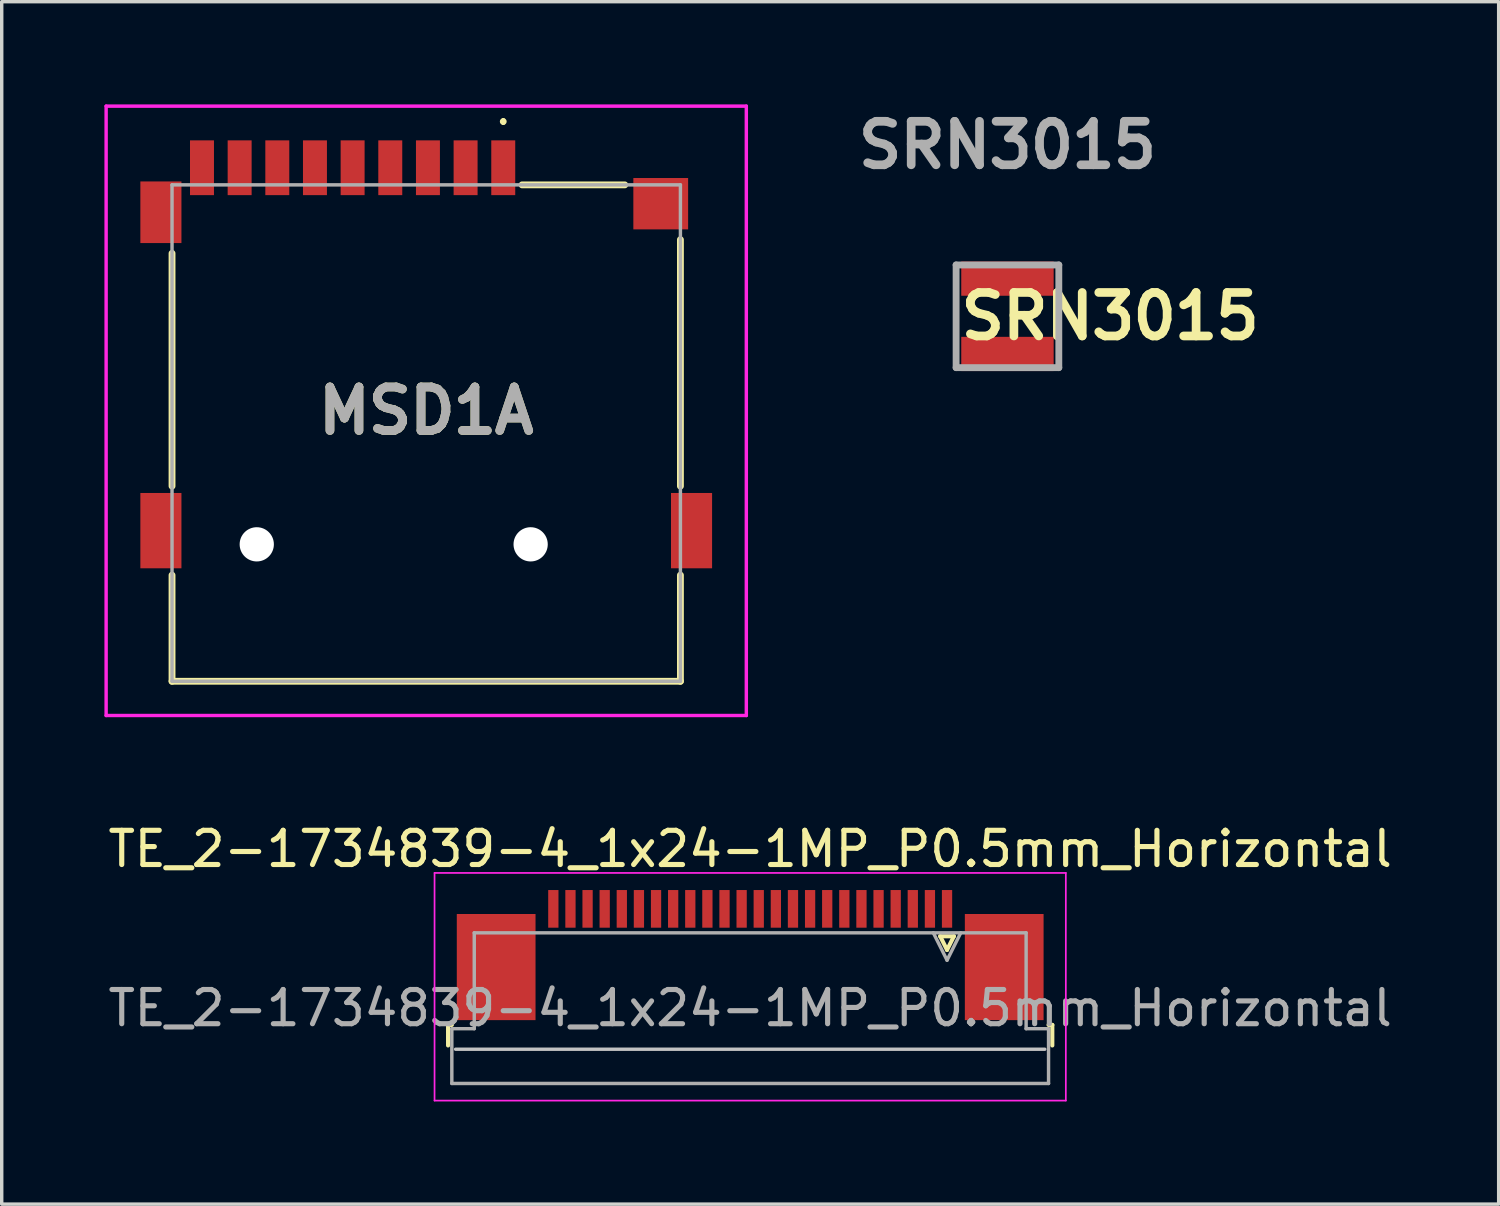
<source format=kicad_pcb>
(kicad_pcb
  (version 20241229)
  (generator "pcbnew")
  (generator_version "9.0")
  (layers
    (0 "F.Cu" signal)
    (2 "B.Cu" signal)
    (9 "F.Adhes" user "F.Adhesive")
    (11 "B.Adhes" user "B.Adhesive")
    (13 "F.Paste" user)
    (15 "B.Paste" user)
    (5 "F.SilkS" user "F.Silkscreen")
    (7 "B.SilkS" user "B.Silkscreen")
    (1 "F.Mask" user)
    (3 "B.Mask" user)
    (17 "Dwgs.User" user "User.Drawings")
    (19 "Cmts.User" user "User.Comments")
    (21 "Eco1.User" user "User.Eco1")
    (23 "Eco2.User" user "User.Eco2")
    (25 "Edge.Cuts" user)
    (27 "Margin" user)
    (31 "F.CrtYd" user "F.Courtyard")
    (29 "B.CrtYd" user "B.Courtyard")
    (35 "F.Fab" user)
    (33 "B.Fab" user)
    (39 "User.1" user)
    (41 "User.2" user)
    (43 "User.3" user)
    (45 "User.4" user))
  (footprint "SRN3015"
    (layer "F.Cu")
    (at 26.378 6.189)
    (property "Reference" "SRN3015" (at 3 0 0) (layer "F.SilkS") (effects (font (size 1.27 1.27) (thickness 0.254))))
    (attr smd)
    (fp_line (start -1.5 -1.5) (end -1.5 1.5) (stroke (width 0.1) (type solid)) (layer "F.SilkS"))
    (fp_line (start 1.5 -1.5) (end 1.5 1.5) (stroke (width 0.1) (type solid)) (layer "F.SilkS"))
    (fp_line (start -1.5 -1.5) (end -1.5 1.5) (stroke (width 0.2) (type solid)) (layer "F.Fab"))
    (fp_line (start -1.5 1.5) (end 1.5 1.5) (stroke (width 0.2) (type solid)) (layer "F.Fab"))
    (fp_line (start 1.5 -1.5) (end -1.5 -1.5) (stroke (width 0.2) (type solid)) (layer "F.Fab"))
    (fp_line (start 1.5 1.5) (end 1.5 -1.5) (stroke (width 0.2) (type solid)) (layer "F.Fab"))
    (fp_text user "${REFERENCE}" (at 0 -5 0) (layer "F.Fab") (effects (font (size 1.27 1.27) (thickness 0.254))))
    (pad "1" smd rect (at 0 1.1 90) (size 1 2.7) (layers "F.Cu" "F.Mask" "F.Paste"))
    (pad "2" smd rect (at 0 -1.1 90) (size 1 2.7) (layers "F.Cu" "F.Mask" "F.Paste")))
  (footprint "TE_2-1734839-4_1x24-1MP_P0.5mm_Horizontal"
    (layer "F.Cu")
    (at 18.863 24.848)
    (property "Reference" "TE_2-1734839-4_1x24-1MP_P0.5mm_Horizontal" (at 0 -3.1 0) (layer "F.SilkS") (effects (font (size 1 1) (thickness 0.15))))
    (attr smd)
    (fp_line (start -8.825 2.04) (end -8.825 2.64) (stroke (width 0.12) (type solid)) (layer "F.SilkS"))
    (fp_line (start -8.715 2.04) (end -8.825 2.04) (stroke (width 0.12) (type solid)) (layer "F.SilkS"))
    (fp_line (start 5.55 -0.55) (end 5.75 -0.15) (stroke (width 0.12) (type solid)) (layer "F.SilkS"))
    (fp_line (start 5.75 -0.15) (end 5.95 -0.55) (stroke (width 0.12) (type solid)) (layer "F.SilkS"))
    (fp_line (start 5.95 -0.55) (end 5.55 -0.55) (stroke (width 0.12) (type solid)) (layer "F.SilkS"))
    (fp_line (start 8.715 2.04) (end 8.825 2.04) (stroke (width 0.12) (type solid)) (layer "F.SilkS"))
    (fp_line (start 8.825 2.04) (end 8.825 2.64) (stroke (width 0.12) (type solid)) (layer "F.SilkS"))
    (fp_line (start 8.605 2.75) (end -8.605 2.75) (stroke (width 0.1) (type solid)) (layer "Dwgs.User"))
    (fp_line (start -9.22 -2.4) (end -9.22 4.25) (stroke (width 0.05) (type solid)) (layer "F.CrtYd"))
    (fp_line (start -9.22 4.25) (end 9.22 4.25) (stroke (width 0.05) (type solid)) (layer "F.CrtYd"))
    (fp_line (start 9.22 -2.4) (end -9.22 -2.4) (stroke (width 0.05) (type solid)) (layer "F.CrtYd"))
    (fp_line (start 9.22 4.25) (end 9.22 -2.4) (stroke (width 0.05) (type solid)) (layer "F.CrtYd"))
    (fp_line (start -8.715 2.15) (end -8.06 2.15) (stroke (width 0.1) (type solid)) (layer "F.Fab"))
    (fp_line (start -8.715 3.75) (end -8.715 2.15) (stroke (width 0.1) (type solid)) (layer "F.Fab"))
    (fp_line (start -8.06 -0.65) (end 8.06 -0.65) (stroke (width 0.1) (type solid)) (layer "F.Fab"))
    (fp_line (start -8.06 2.15) (end -8.06 -0.65) (stroke (width 0.1) (type solid)) (layer "F.Fab"))
    (fp_line (start 5.35 -0.65) (end 5.75 0.15) (stroke (width 0.1) (type solid)) (layer "F.Fab"))
    (fp_line (start 5.75 0.15) (end 6.15 -0.65) (stroke (width 0.1) (type solid)) (layer "F.Fab"))
    (fp_line (start 8.06 -0.65) (end 8.06 2.15) (stroke (width 0.1) (type solid)) (layer "F.Fab"))
    (fp_line (start 8.06 2.15) (end 8.715 2.15) (stroke (width 0.1) (type solid)) (layer "F.Fab"))
    (fp_line (start 8.715 2.15) (end 8.715 3.75) (stroke (width 0.1) (type solid)) (layer "F.Fab"))
    (fp_line (start 8.715 3.75) (end -8.715 3.75) (stroke (width 0.1) (type solid)) (layer "F.Fab"))
    (fp_text user "${REFERENCE}" (at 0 1.55 0) (layer "F.Fab") (effects (font (size 1 1) (thickness 0.15))))
    (pad "1" smd rect (at 5.75 -1.35) (size 0.3 1.1) (layers "F.Cu" "F.Mask" "F.Paste"))
    (pad "2" smd rect (at 5.25 -1.35) (size 0.3 1.1) (layers "F.Cu" "F.Mask" "F.Paste"))
    (pad "3" smd rect (at 4.75 -1.35) (size 0.3 1.1) (layers "F.Cu" "F.Mask" "F.Paste"))
    (pad "4" smd rect (at 4.25 -1.35) (size 0.3 1.1) (layers "F.Cu" "F.Mask" "F.Paste"))
    (pad "5" smd rect (at 3.75 -1.35) (size 0.3 1.1) (layers "F.Cu" "F.Mask" "F.Paste"))
    (pad "6" smd rect (at 3.25 -1.35) (size 0.3 1.1) (layers "F.Cu" "F.Mask" "F.Paste"))
    (pad "7" smd rect (at 2.75 -1.35) (size 0.3 1.1) (layers "F.Cu" "F.Mask" "F.Paste"))
    (pad "8" smd rect (at 2.25 -1.35) (size 0.3 1.1) (layers "F.Cu" "F.Mask" "F.Paste"))
    (pad "9" smd rect (at 1.75 -1.35) (size 0.3 1.1) (layers "F.Cu" "F.Mask" "F.Paste"))
    (pad "10" smd rect (at 1.25 -1.35) (size 0.3 1.1) (layers "F.Cu" "F.Mask" "F.Paste"))
    (pad "11" smd rect (at 0.75 -1.35) (size 0.3 1.1) (layers "F.Cu" "F.Mask" "F.Paste"))
    (pad "12" smd rect (at 0.25 -1.35) (size 0.3 1.1) (layers "F.Cu" "F.Mask" "F.Paste"))
    (pad "13" smd rect (at -0.25 -1.35) (size 0.3 1.1) (layers "F.Cu" "F.Mask" "F.Paste"))
    (pad "14" smd rect (at -0.75 -1.35) (size 0.3 1.1) (layers "F.Cu" "F.Mask" "F.Paste"))
    (pad "15" smd rect (at -1.25 -1.35) (size 0.3 1.1) (layers "F.Cu" "F.Mask" "F.Paste"))
    (pad "16" smd rect (at -1.75 -1.35) (size 0.3 1.1) (layers "F.Cu" "F.Mask" "F.Paste"))
    (pad "17" smd rect (at -2.25 -1.35) (size 0.3 1.1) (layers "F.Cu" "F.Mask" "F.Paste"))
    (pad "18" smd rect (at -2.75 -1.35) (size 0.3 1.1) (layers "F.Cu" "F.Mask" "F.Paste"))
    (pad "19" smd rect (at -3.25 -1.35) (size 0.3 1.1) (layers "F.Cu" "F.Mask" "F.Paste"))
    (pad "20" smd rect (at -3.75 -1.35) (size 0.3 1.1) (layers "F.Cu" "F.Mask" "F.Paste"))
    (pad "21" smd rect (at -4.25 -1.35) (size 0.3 1.1) (layers "F.Cu" "F.Mask" "F.Paste"))
    (pad "22" smd rect (at -4.75 -1.35) (size 0.3 1.1) (layers "F.Cu" "F.Mask" "F.Paste"))
    (pad "23" smd rect (at -5.25 -1.35) (size 0.3 1.1) (layers "F.Cu" "F.Mask" "F.Paste"))
    (pad "24" smd rect (at -5.75 -1.35) (size 0.3 1.1) (layers "F.Cu" "F.Mask" "F.Paste"))
    (pad "MP" smd rect (at -7.42 0.35) (size 2.3 3.1) (layers "F.Cu" "F.Mask" "F.Paste"))
    (pad "MP" smd rect (at 7.42 0.35) (size 2.3 3.1) (layers "F.Cu" "F.Mask" "F.Paste")))
  (footprint "MSD1A"
    (layer "F.Cu")
    (at 9.4 9.35)
    (property "Reference" "MSD1A" (at 0 -0.4 0) (layer "F.SilkS") (effects (font (size 1.27 1.27) (thickness 0.254))))
    (attr through_hole)
    (fp_line (start -7.425 1.8) (end -7.425 -5) (stroke (width 0.2) (type solid)) (layer "F.SilkS"))
    (fp_line (start -7.425 7.5) (end -7.425 4.4) (stroke (width 0.2) (type solid)) (layer "F.SilkS"))
    (fp_line (start 2.25 -8.9) (end 2.25 -8.9) (stroke (width 0.1) (type solid)) (layer "F.SilkS"))
    (fp_line (start 2.25 -8.8) (end 2.25 -8.8) (stroke (width 0.1) (type solid)) (layer "F.SilkS"))
    (fp_line (start 2.8 -7) (end 5.8 -7) (stroke (width 0.2) (type solid)) (layer "F.SilkS"))
    (fp_line (start 7.425 -5.4) (end 7.425 1.8) (stroke (width 0.2) (type solid)) (layer "F.SilkS"))
    (fp_line (start 7.425 4.4) (end 7.425 7.5) (stroke (width 0.2) (type solid)) (layer "F.SilkS"))
    (fp_line (start 7.425 7.5) (end -7.425 7.5) (stroke (width 0.2) (type solid)) (layer "F.SilkS"))
    (fp_arc (start 2.25 -8.9) (mid 2.3 -8.85) (end 2.25 -8.8) (stroke (width 0.1) (type solid)) (layer "F.SilkS"))
    (fp_arc (start 2.25 -8.8) (mid 2.2 -8.85) (end 2.25 -8.9) (stroke (width 0.1) (type solid)) (layer "F.SilkS"))
    (fp_line (start -9.35 -9.3) (end 9.35 -9.3) (stroke (width 0.1) (type solid)) (layer "F.CrtYd"))
    (fp_line (start -9.35 8.5) (end -9.35 -9.3) (stroke (width 0.1) (type solid)) (layer "F.CrtYd"))
    (fp_line (start 9.35 -9.3) (end 9.35 8.5) (stroke (width 0.1) (type solid)) (layer "F.CrtYd"))
    (fp_line (start 9.35 8.5) (end -9.35 8.5) (stroke (width 0.1) (type solid)) (layer "F.CrtYd"))
    (fp_line (start -7.425 -7) (end 7.425 -7) (stroke (width 0.1) (type solid)) (layer "F.Fab"))
    (fp_line (start -7.425 7.5) (end -7.425 -7) (stroke (width 0.1) (type solid)) (layer "F.Fab"))
    (fp_line (start 7.425 -7) (end 7.425 7.5) (stroke (width 0.1) (type solid)) (layer "F.Fab"))
    (fp_line (start 7.425 7.5) (end -7.425 7.5) (stroke (width 0.1) (type solid)) (layer "F.Fab"))
    (fp_text user "${REFERENCE}" (at 0 -0.4 0) (layer "F.Fab") (effects (font (size 1.27 1.27) (thickness 0.254))))
    (pad "" np_thru_hole circle (at -4.95 3.5) (size 1 1) (drill 1) (layers "*.Cu" "*.Mask"))
    (pad "" np_thru_hole circle (at 3.05 3.5) (size 1 1) (drill 1) (layers "*.Cu" "*.Mask"))
    (pad "1" smd rect (at 2.25 -7.5) (size 0.7 1.6) (layers "F.Cu" "F.Mask" "F.Paste"))
    (pad "2" smd rect (at 1.15 -7.5) (size 0.7 1.6) (layers "F.Cu" "F.Mask" "F.Paste"))
    (pad "3" smd rect (at 0.05 -7.5) (size 0.7 1.6) (layers "F.Cu" "F.Mask" "F.Paste"))
    (pad "4" smd rect (at -1.05 -7.5) (size 0.7 1.6) (layers "F.Cu" "F.Mask" "F.Paste"))
    (pad "5" smd rect (at -2.15 -7.5) (size 0.7 1.6) (layers "F.Cu" "F.Mask" "F.Paste"))
    (pad "6" smd rect (at -3.25 -7.5) (size 0.7 1.6) (layers "F.Cu" "F.Mask" "F.Paste"))
    (pad "7" smd rect (at -4.35 -7.5) (size 0.7 1.6) (layers "F.Cu" "F.Mask" "F.Paste"))
    (pad "8" smd rect (at -5.45 -7.5) (size 0.7 1.6) (layers "F.Cu" "F.Mask" "F.Paste"))
    (pad "9" smd rect (at -7.75 -6.2) (size 1.2 1.8) (layers "F.Cu" "F.Mask" "F.Paste"))
    (pad "9" smd rect (at -7.75 3.1) (size 1.2 2.2) (layers "F.Cu" "F.Mask" "F.Paste"))
    (pad "9" smd rect (at -6.55 -7.5) (size 0.7 1.6) (layers "F.Cu" "F.Mask" "F.Paste"))
    (pad "9" smd rect (at 6.85 -6.45 90) (size 1.5 1.6) (layers "F.Cu" "F.Mask" "F.Paste"))
    (pad "9" smd rect (at 7.75 3.1) (size 1.2 2.2) (layers "F.Cu" "F.Mask" "F.Paste")))
  (gr_rect
    (start -3 -3)
    (end 40.726 32.123)
    (stroke (width 0.1) (type default))
    (fill no)
    (layer "Edge.Cuts")))
</source>
